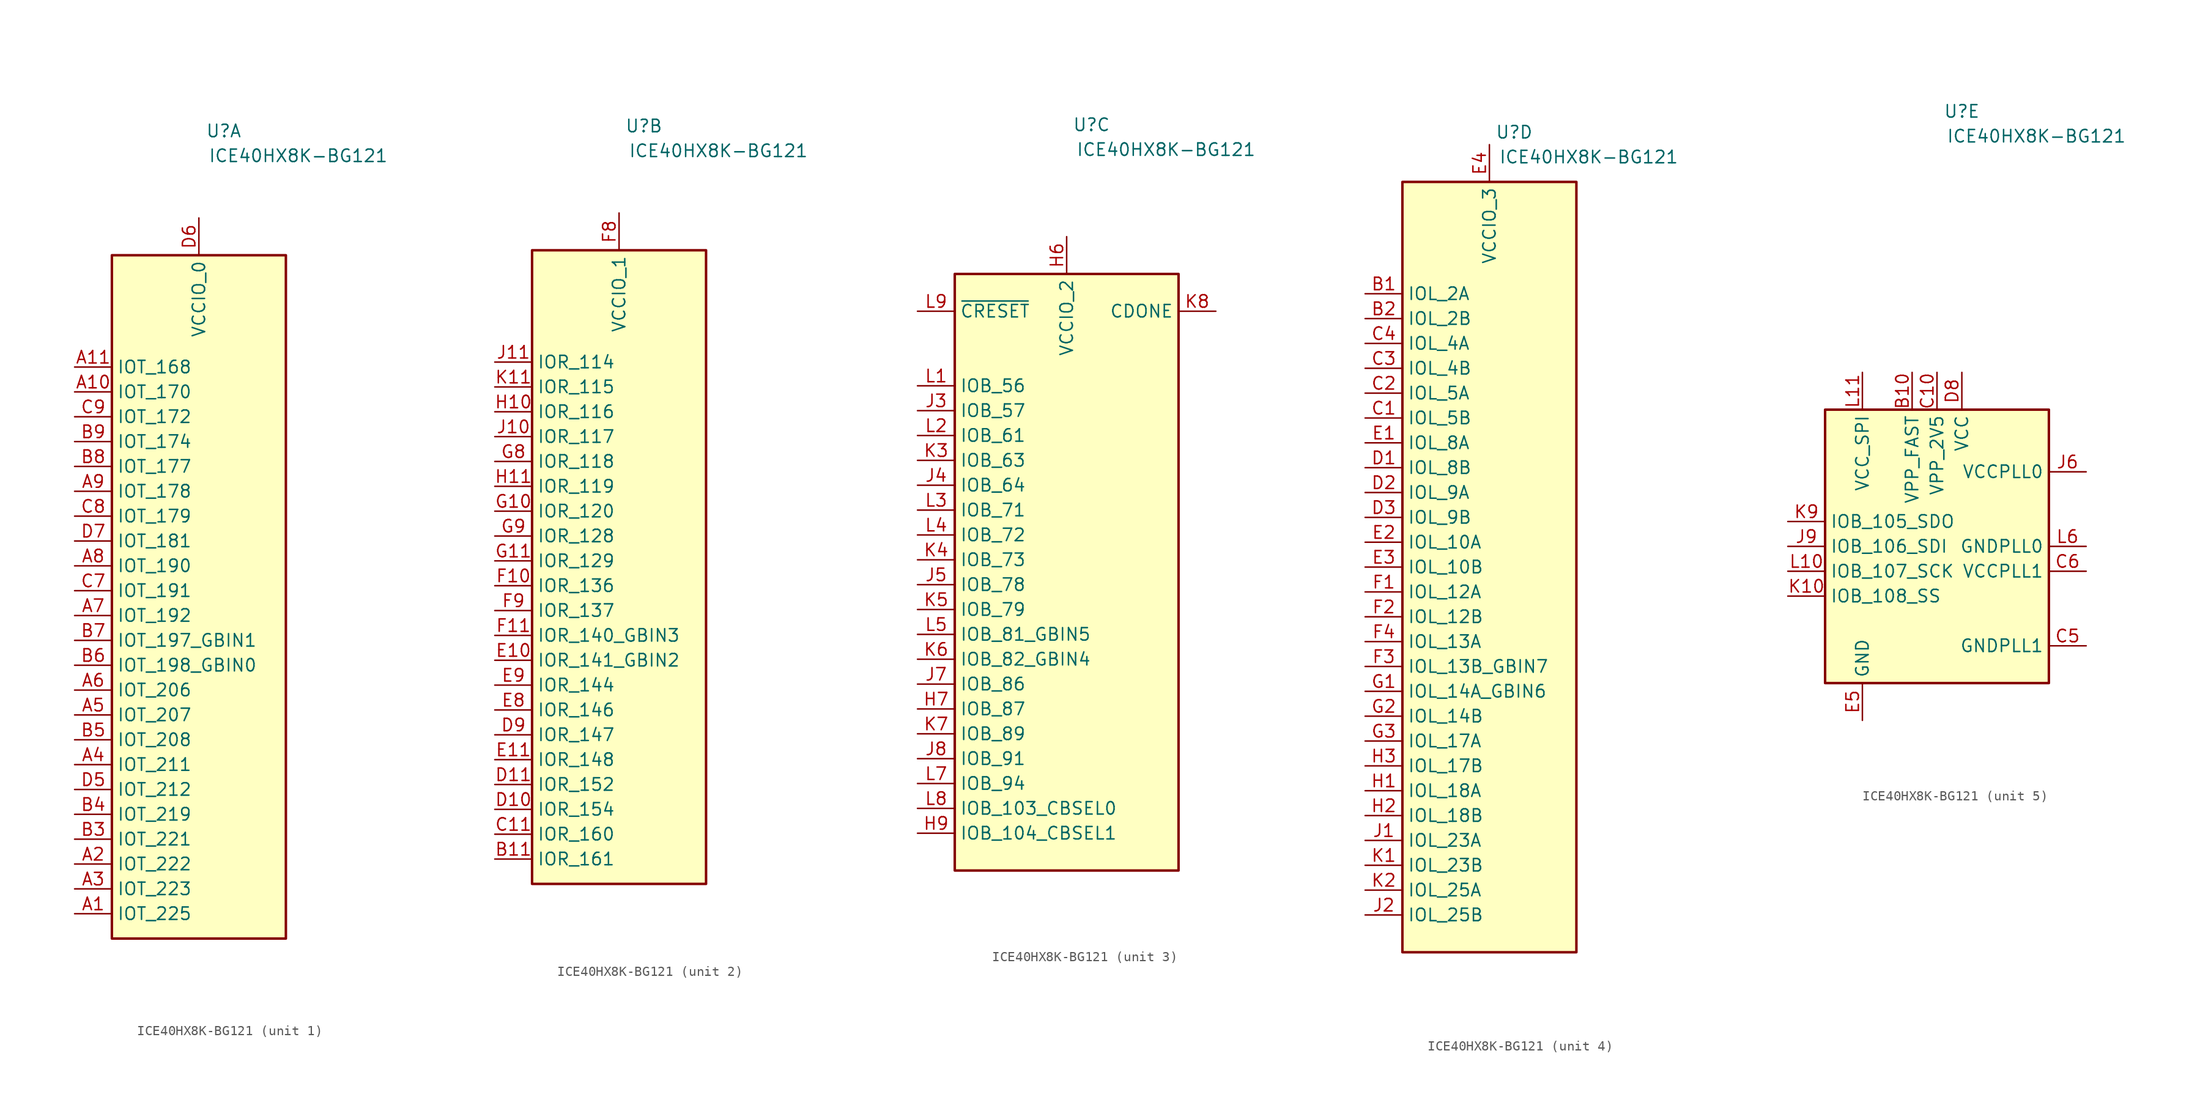
<source format=kicad_sym>
(kicad_symbol_lib
  (version 20211014)
  (generator kicad_symbol_editor)
  (symbol "ICE40HX8K-BG121"
    (property "Reference" "U"
      (at 2.54 44.45 0)
      (effects (font (size 1.27 1.27))))
    (property "Value" "ICE40HX8K-BG121"
      (at 10.16 41.91 0)
      (effects (font (size 1.27 1.27))))
    (property "ki_locked" ""
      (at 0 0 0)
      (effects (font (size 1.27 1.27))))
    (symbol "ICE40HX8K-BG121_1_1"
      (rectangle (start -8.89 31.75) (end 8.89 -38.1) (stroke (width 0.254) (type default) (color 0 0 0 0)) (fill (type background)))
      (pin bidirectional line (at -12.7 -35.56 0) (length 3.81) (name "IOT_225" (effects (font (size 1.27 1.27)))) (number "A1" (effects (font (size 1.27 1.27)))))
      (pin bidirectional line (at -12.7 17.78 0) (length 3.81) (name "IOT_170" (effects (font (size 1.27 1.27)))) (number "A10" (effects (font (size 1.27 1.27)))))
      (pin bidirectional line (at -12.7 20.32 0) (length 3.81) (name "IOT_168" (effects (font (size 1.27 1.27)))) (number "A11" (effects (font (size 1.27 1.27)))))
      (pin bidirectional line (at -12.7 -30.48 0) (length 3.81) (name "IOT_222" (effects (font (size 1.27 1.27)))) (number "A2" (effects (font (size 1.27 1.27)))))
      (pin bidirectional line (at -12.7 -33.02 0) (length 3.81) (name "IOT_223" (effects (font (size 1.27 1.27)))) (number "A3" (effects (font (size 1.27 1.27)))))
      (pin bidirectional line (at -12.7 -20.32 0) (length 3.81) (name "IOT_211" (effects (font (size 1.27 1.27)))) (number "A4" (effects (font (size 1.27 1.27)))))
      (pin bidirectional line (at -12.7 -15.24 0) (length 3.81) (name "IOT_207" (effects (font (size 1.27 1.27)))) (number "A5" (effects (font (size 1.27 1.27)))))
      (pin bidirectional line (at -12.7 -12.7 0) (length 3.81) (name "IOT_206" (effects (font (size 1.27 1.27)))) (number "A6" (effects (font (size 1.27 1.27)))))
      (pin bidirectional line (at -12.7 -5.08 0) (length 3.81) (name "IOT_192" (effects (font (size 1.27 1.27)))) (number "A7" (effects (font (size 1.27 1.27)))))
      (pin bidirectional line (at -12.7 0 0) (length 3.81) (name "IOT_190" (effects (font (size 1.27 1.27)))) (number "A8" (effects (font (size 1.27 1.27)))))
      (pin bidirectional line (at -12.7 7.62 0) (length 3.81) (name "IOT_178" (effects (font (size 1.27 1.27)))) (number "A9" (effects (font (size 1.27 1.27)))))
      (pin bidirectional line (at -12.7 -27.94 0) (length 3.81) (name "IOT_221" (effects (font (size 1.27 1.27)))) (number "B3" (effects (font (size 1.27 1.27)))))
      (pin bidirectional line (at -12.7 -25.4 0) (length 3.81) (name "IOT_219" (effects (font (size 1.27 1.27)))) (number "B4" (effects (font (size 1.27 1.27)))))
      (pin bidirectional line (at -12.7 -17.78 0) (length 3.81) (name "IOT_208" (effects (font (size 1.27 1.27)))) (number "B5" (effects (font (size 1.27 1.27)))))
      (pin bidirectional line (at -12.7 -10.16 0) (length 3.81) (name "IOT_198_GBIN0" (effects (font (size 1.27 1.27)))) (number "B6" (effects (font (size 1.27 1.27)))))
      (pin bidirectional line (at -12.7 -7.62 0) (length 3.81) (name "IOT_197_GBIN1" (effects (font (size 1.27 1.27)))) (number "B7" (effects (font (size 1.27 1.27)))))
      (pin bidirectional line (at -12.7 10.16 0) (length 3.81) (name "IOT_177" (effects (font (size 1.27 1.27)))) (number "B8" (effects (font (size 1.27 1.27)))))
      (pin bidirectional line (at -12.7 12.7 0) (length 3.81) (name "IOT_174" (effects (font (size 1.27 1.27)))) (number "B9" (effects (font (size 1.27 1.27)))))
      (pin bidirectional line (at -12.7 -2.54 0) (length 3.81) (name "IOT_191" (effects (font (size 1.27 1.27)))) (number "C7" (effects (font (size 1.27 1.27)))))
      (pin bidirectional line (at -12.7 5.08 0) (length 3.81) (name "IOT_179" (effects (font (size 1.27 1.27)))) (number "C8" (effects (font (size 1.27 1.27)))))
      (pin bidirectional line (at -12.7 15.24 0) (length 3.81) (name "IOT_172" (effects (font (size 1.27 1.27)))) (number "C9" (effects (font (size 1.27 1.27)))))
      (pin bidirectional line (at -12.7 -22.86 0) (length 3.81) (name "IOT_212" (effects (font (size 1.27 1.27)))) (number "D5" (effects (font (size 1.27 1.27)))))
      (pin power_in line (at 0 35.56 270) (length 3.81) (name "VCCIO_0" (effects (font (size 1.27 1.27)))) (number "D6" (effects (font (size 1.27 1.27)))))
      (pin bidirectional line (at -12.7 2.54 0) (length 3.81) (name "IOT_181" (effects (font (size 1.27 1.27)))) (number "D7" (effects (font (size 1.27 1.27))))))
    (symbol "ICE40HX8K-BG121_2_1"
      (rectangle (start -8.89 31.75) (end 8.89 -33.02) (stroke (width 0.254) (type default) (color 0 0 0 0)) (fill (type background)))
      (pin bidirectional line (at -12.7 -30.48 0) (length 3.81) (name "IOR_161" (effects (font (size 1.27 1.27)))) (number "B11" (effects (font (size 1.27 1.27)))))
      (pin bidirectional line (at -12.7 -27.94 0) (length 3.81) (name "IOR_160" (effects (font (size 1.27 1.27)))) (number "C11" (effects (font (size 1.27 1.27)))))
      (pin bidirectional line (at -12.7 -25.4 0) (length 3.81) (name "IOR_154" (effects (font (size 1.27 1.27)))) (number "D10" (effects (font (size 1.27 1.27)))))
      (pin bidirectional line (at -12.7 -22.86 0) (length 3.81) (name "IOR_152" (effects (font (size 1.27 1.27)))) (number "D11" (effects (font (size 1.27 1.27)))))
      (pin bidirectional line (at -12.7 -17.78 0) (length 3.81) (name "IOR_147" (effects (font (size 1.27 1.27)))) (number "D9" (effects (font (size 1.27 1.27)))))
      (pin bidirectional line (at -12.7 -10.16 0) (length 3.81) (name "IOR_141_GBIN2" (effects (font (size 1.27 1.27)))) (number "E10" (effects (font (size 1.27 1.27)))))
      (pin bidirectional line (at -12.7 -20.32 0) (length 3.81) (name "IOR_148" (effects (font (size 1.27 1.27)))) (number "E11" (effects (font (size 1.27 1.27)))))
      (pin bidirectional line (at -12.7 -15.24 0) (length 3.81) (name "IOR_146" (effects (font (size 1.27 1.27)))) (number "E8" (effects (font (size 1.27 1.27)))))
      (pin bidirectional line (at -12.7 -12.7 0) (length 3.81) (name "IOR_144" (effects (font (size 1.27 1.27)))) (number "E9" (effects (font (size 1.27 1.27)))))
      (pin bidirectional line (at -12.7 -2.54 0) (length 3.81) (name "IOR_136" (effects (font (size 1.27 1.27)))) (number "F10" (effects (font (size 1.27 1.27)))))
      (pin bidirectional line (at -12.7 -7.62 0) (length 3.81) (name "IOR_140_GBIN3" (effects (font (size 1.27 1.27)))) (number "F11" (effects (font (size 1.27 1.27)))))
      (pin power_in line (at 0 35.56 270) (length 3.81) (name "VCCIO_1" (effects (font (size 1.27 1.27)))) (number "F8" (effects (font (size 1.27 1.27)))))
      (pin bidirectional line (at -12.7 -5.08 0) (length 3.81) (name "IOR_137" (effects (font (size 1.27 1.27)))) (number "F9" (effects (font (size 1.27 1.27)))))
      (pin bidirectional line (at -12.7 5.08 0) (length 3.81) (name "IOR_120" (effects (font (size 1.27 1.27)))) (number "G10" (effects (font (size 1.27 1.27)))))
      (pin bidirectional line (at -12.7 0 0) (length 3.81) (name "IOR_129" (effects (font (size 1.27 1.27)))) (number "G11" (effects (font (size 1.27 1.27)))))
      (pin bidirectional line (at -12.7 10.16 0) (length 3.81) (name "IOR_118" (effects (font (size 1.27 1.27)))) (number "G8" (effects (font (size 1.27 1.27)))))
      (pin bidirectional line (at -12.7 2.54 0) (length 3.81) (name "IOR_128" (effects (font (size 1.27 1.27)))) (number "G9" (effects (font (size 1.27 1.27)))))
      (pin bidirectional line (at -12.7 15.24 0) (length 3.81) (name "IOR_116" (effects (font (size 1.27 1.27)))) (number "H10" (effects (font (size 1.27 1.27)))))
      (pin bidirectional line (at -12.7 7.62 0) (length 3.81) (name "IOR_119" (effects (font (size 1.27 1.27)))) (number "H11" (effects (font (size 1.27 1.27)))))
      (pin bidirectional line (at -12.7 12.7 0) (length 3.81) (name "IOR_117" (effects (font (size 1.27 1.27)))) (number "J10" (effects (font (size 1.27 1.27)))))
      (pin bidirectional line (at -12.7 20.32 0) (length 3.81) (name "IOR_114" (effects (font (size 1.27 1.27)))) (number "J11" (effects (font (size 1.27 1.27)))))
      (pin bidirectional line (at -12.7 17.78 0) (length 3.81) (name "IOR_115" (effects (font (size 1.27 1.27)))) (number "K11" (effects (font (size 1.27 1.27))))))
    (symbol "ICE40HX8K-BG121_3_1"
      (rectangle (start -11.43 29.21) (end 11.43 -31.75) (stroke (width 0.254) (type default) (color 0 0 0 0)) (fill (type background)))
      (pin power_in line (at 0 33.02 270) (length 3.81) (name "VCCIO_2" (effects (font (size 1.27 1.27)))) (number "H6" (effects (font (size 1.27 1.27)))))
      (pin bidirectional line (at -15.24 -15.24 0) (length 3.81) (name "IOB_87" (effects (font (size 1.27 1.27)))) (number "H7" (effects (font (size 1.27 1.27)))))
      (pin bidirectional line (at -15.24 -27.94 0) (length 3.81) (name "IOB_104_CBSEL1" (effects (font (size 1.27 1.27)))) (number "H9" (effects (font (size 1.27 1.27)))))
      (pin bidirectional line (at -15.24 15.24 0) (length 3.81) (name "IOB_57" (effects (font (size 1.27 1.27)))) (number "J3" (effects (font (size 1.27 1.27)))))
      (pin bidirectional line (at -15.24 7.62 0) (length 3.81) (name "IOB_64" (effects (font (size 1.27 1.27)))) (number "J4" (effects (font (size 1.27 1.27)))))
      (pin bidirectional line (at -15.24 -2.54 0) (length 3.81) (name "IOB_78" (effects (font (size 1.27 1.27)))) (number "J5" (effects (font (size 1.27 1.27)))))
      (pin bidirectional line (at -15.24 -12.7 0) (length 3.81) (name "IOB_86" (effects (font (size 1.27 1.27)))) (number "J7" (effects (font (size 1.27 1.27)))))
      (pin bidirectional line (at -15.24 -20.32 0) (length 3.81) (name "IOB_91" (effects (font (size 1.27 1.27)))) (number "J8" (effects (font (size 1.27 1.27)))))
      (pin bidirectional line (at -15.24 10.16 0) (length 3.81) (name "IOB_63" (effects (font (size 1.27 1.27)))) (number "K3" (effects (font (size 1.27 1.27)))))
      (pin bidirectional line (at -15.24 0 0) (length 3.81) (name "IOB_73" (effects (font (size 1.27 1.27)))) (number "K4" (effects (font (size 1.27 1.27)))))
      (pin bidirectional line (at -15.24 -5.08 0) (length 3.81) (name "IOB_79" (effects (font (size 1.27 1.27)))) (number "K5" (effects (font (size 1.27 1.27)))))
      (pin bidirectional line (at -15.24 -10.16 0) (length 3.81) (name "IOB_82_GBIN4" (effects (font (size 1.27 1.27)))) (number "K6" (effects (font (size 1.27 1.27)))))
      (pin bidirectional line (at -15.24 -17.78 0) (length 3.81) (name "IOB_89" (effects (font (size 1.27 1.27)))) (number "K7" (effects (font (size 1.27 1.27)))))
      (pin open_collector line (at 15.24 25.4 180) (length 3.81) (name "CDONE" (effects (font (size 1.27 1.27)))) (number "K8" (effects (font (size 1.27 1.27)))))
      (pin bidirectional line (at -15.24 17.78 0) (length 3.81) (name "IOB_56" (effects (font (size 1.27 1.27)))) (number "L1" (effects (font (size 1.27 1.27)))))
      (pin bidirectional line (at -15.24 12.7 0) (length 3.81) (name "IOB_61" (effects (font (size 1.27 1.27)))) (number "L2" (effects (font (size 1.27 1.27)))))
      (pin bidirectional line (at -15.24 5.08 0) (length 3.81) (name "IOB_71" (effects (font (size 1.27 1.27)))) (number "L3" (effects (font (size 1.27 1.27)))))
      (pin bidirectional line (at -15.24 2.54 0) (length 3.81) (name "IOB_72" (effects (font (size 1.27 1.27)))) (number "L4" (effects (font (size 1.27 1.27)))))
      (pin bidirectional line (at -15.24 -7.62 0) (length 3.81) (name "IOB_81_GBIN5" (effects (font (size 1.27 1.27)))) (number "L5" (effects (font (size 1.27 1.27)))))
      (pin bidirectional line (at -15.24 -22.86 0) (length 3.81) (name "IOB_94" (effects (font (size 1.27 1.27)))) (number "L7" (effects (font (size 1.27 1.27)))))
      (pin bidirectional line (at -15.24 -25.4 0) (length 3.81) (name "IOB_103_CBSEL0" (effects (font (size 1.27 1.27)))) (number "L8" (effects (font (size 1.27 1.27)))))
      (pin input line (at -15.24 25.4 0) (length 3.81) (name "~{CRESET}" (effects (font (size 1.27 1.27)))) (number "L9" (effects (font (size 1.27 1.27))))))
    (symbol "ICE40HX8K-BG121_4_1"
      (rectangle (start -8.89 39.37) (end 8.89 -39.37) (stroke (width 0.254) (type default) (color 0 0 0 0)) (fill (type background)))
      (pin bidirectional line (at -12.7 27.94 0) (length 3.81) (name "IOL_2A" (effects (font (size 1.27 1.27)))) (number "B1" (effects (font (size 1.27 1.27)))))
      (pin bidirectional line (at -12.7 25.4 0) (length 3.81) (name "IOL_2B" (effects (font (size 1.27 1.27)))) (number "B2" (effects (font (size 1.27 1.27)))))
      (pin bidirectional line (at -12.7 15.24 0) (length 3.81) (name "IOL_5B" (effects (font (size 1.27 1.27)))) (number "C1" (effects (font (size 1.27 1.27)))))
      (pin bidirectional line (at -12.7 17.78 0) (length 3.81) (name "IOL_5A" (effects (font (size 1.27 1.27)))) (number "C2" (effects (font (size 1.27 1.27)))))
      (pin bidirectional line (at -12.7 20.32 0) (length 3.81) (name "IOL_4B" (effects (font (size 1.27 1.27)))) (number "C3" (effects (font (size 1.27 1.27)))))
      (pin bidirectional line (at -12.7 22.86 0) (length 3.81) (name "IOL_4A" (effects (font (size 1.27 1.27)))) (number "C4" (effects (font (size 1.27 1.27)))))
      (pin bidirectional line (at -12.7 10.16 0) (length 3.81) (name "IOL_8B" (effects (font (size 1.27 1.27)))) (number "D1" (effects (font (size 1.27 1.27)))))
      (pin bidirectional line (at -12.7 7.62 0) (length 3.81) (name "IOL_9A" (effects (font (size 1.27 1.27)))) (number "D2" (effects (font (size 1.27 1.27)))))
      (pin bidirectional line (at -12.7 5.08 0) (length 3.81) (name "IOL_9B" (effects (font (size 1.27 1.27)))) (number "D3" (effects (font (size 1.27 1.27)))))
      (pin bidirectional line (at -12.7 12.7 0) (length 3.81) (name "IOL_8A" (effects (font (size 1.27 1.27)))) (number "E1" (effects (font (size 1.27 1.27)))))
      (pin bidirectional line (at -12.7 2.54 0) (length 3.81) (name "IOL_10A" (effects (font (size 1.27 1.27)))) (number "E2" (effects (font (size 1.27 1.27)))))
      (pin bidirectional line (at -12.7 0 0) (length 3.81) (name "IOL_10B" (effects (font (size 1.27 1.27)))) (number "E3" (effects (font (size 1.27 1.27)))))
      (pin power_in line (at 0 43.18 270) (length 3.81) (name "VCCIO_3" (effects (font (size 1.27 1.27)))) (number "E4" (effects (font (size 1.27 1.27)))))
      (pin bidirectional line (at -12.7 -2.54 0) (length 3.81) (name "IOL_12A" (effects (font (size 1.27 1.27)))) (number "F1" (effects (font (size 1.27 1.27)))))
      (pin bidirectional line (at -12.7 -5.08 0) (length 3.81) (name "IOL_12B" (effects (font (size 1.27 1.27)))) (number "F2" (effects (font (size 1.27 1.27)))))
      (pin bidirectional line (at -12.7 -10.16 0) (length 3.81) (name "IOL_13B_GBIN7" (effects (font (size 1.27 1.27)))) (number "F3" (effects (font (size 1.27 1.27)))))
      (pin bidirectional line (at -12.7 -7.62 0) (length 3.81) (name "IOL_13A" (effects (font (size 1.27 1.27)))) (number "F4" (effects (font (size 1.27 1.27)))))
      (pin bidirectional line (at -12.7 -12.7 0) (length 3.81) (name "IOL_14A_GBIN6" (effects (font (size 1.27 1.27)))) (number "G1" (effects (font (size 1.27 1.27)))))
      (pin bidirectional line (at -12.7 -15.24 0) (length 3.81) (name "IOL_14B" (effects (font (size 1.27 1.27)))) (number "G2" (effects (font (size 1.27 1.27)))))
      (pin bidirectional line (at -12.7 -17.78 0) (length 3.81) (name "IOL_17A" (effects (font (size 1.27 1.27)))) (number "G3" (effects (font (size 1.27 1.27)))))
      (pin passive line (at 0 43.18 270) (length 3.81) hide (name "VCCIO_3" (effects (font (size 1.27 1.27)))) (number "G4" (effects (font (size 1.27 1.27)))))
      (pin bidirectional line (at -12.7 -22.86 0) (length 3.81) (name "IOL_18A" (effects (font (size 1.27 1.27)))) (number "H1" (effects (font (size 1.27 1.27)))))
      (pin bidirectional line (at -12.7 -25.4 0) (length 3.81) (name "IOL_18B" (effects (font (size 1.27 1.27)))) (number "H2" (effects (font (size 1.27 1.27)))))
      (pin bidirectional line (at -12.7 -20.32 0) (length 3.81) (name "IOL_17B" (effects (font (size 1.27 1.27)))) (number "H3" (effects (font (size 1.27 1.27)))))
      (pin bidirectional line (at -12.7 -27.94 0) (length 3.81) (name "IOL_23A" (effects (font (size 1.27 1.27)))) (number "J1" (effects (font (size 1.27 1.27)))))
      (pin bidirectional line (at -12.7 -35.56 0) (length 3.81) (name "IOL_25B" (effects (font (size 1.27 1.27)))) (number "J2" (effects (font (size 1.27 1.27)))))
      (pin bidirectional line (at -12.7 -30.48 0) (length 3.81) (name "IOL_23B" (effects (font (size 1.27 1.27)))) (number "K1" (effects (font (size 1.27 1.27)))))
      (pin bidirectional line (at -12.7 -33.02 0) (length 3.81) (name "IOL_25A" (effects (font (size 1.27 1.27)))) (number "K2" (effects (font (size 1.27 1.27))))))
    (symbol "ICE40HX8K-BG121_5_1"
      (rectangle (start -11.43 13.97) (end 11.43 -13.97) (stroke (width 0.254) (type default) (color 0 0 0 0)) (fill (type background)))
      (pin power_in line (at -2.54 17.78 270) (length 3.81) (name "VPP_FAST" (effects (font (size 1.27 1.27)))) (number "B10" (effects (font (size 1.27 1.27)))))
      (pin power_in line (at 0 17.78 270) (length 3.81) (name "VPP_2V5" (effects (font (size 1.27 1.27)))) (number "C10" (effects (font (size 1.27 1.27)))))
      (pin power_in line (at 15.24 -10.16 180) (length 3.81) (name "GNDPLL1" (effects (font (size 1.27 1.27)))) (number "C5" (effects (font (size 1.27 1.27)))))
      (pin power_in line (at 15.24 -2.54 180) (length 3.81) (name "VCCPLL1" (effects (font (size 1.27 1.27)))) (number "C6" (effects (font (size 1.27 1.27)))))
      (pin passive line (at 2.54 17.78 270) (length 3.81) hide (name "VCC" (effects (font (size 1.27 1.27)))) (number "D4" (effects (font (size 1.27 1.27)))))
      (pin power_in line (at 2.54 17.78 270) (length 3.81) (name "VCC" (effects (font (size 1.27 1.27)))) (number "D8" (effects (font (size 1.27 1.27)))))
      (pin power_in line (at -7.62 -17.78 90) (length 3.81) (name "GND" (effects (font (size 1.27 1.27)))) (number "E5" (effects (font (size 1.27 1.27)))))
      (pin passive line (at -7.62 -17.78 90) (length 3.81) hide (name "GND" (effects (font (size 1.27 1.27)))) (number "E6" (effects (font (size 1.27 1.27)))))
      (pin passive line (at -7.62 -17.78 90) (length 3.81) hide (name "GND" (effects (font (size 1.27 1.27)))) (number "E7" (effects (font (size 1.27 1.27)))))
      (pin passive line (at -7.62 -17.78 90) (length 3.81) hide (name "GND" (effects (font (size 1.27 1.27)))) (number "F5" (effects (font (size 1.27 1.27)))))
      (pin passive line (at -7.62 -17.78 90) (length 3.81) hide (name "GND" (effects (font (size 1.27 1.27)))) (number "F6" (effects (font (size 1.27 1.27)))))
      (pin passive line (at -7.62 -17.78 90) (length 3.81) hide (name "GND" (effects (font (size 1.27 1.27)))) (number "F7" (effects (font (size 1.27 1.27)))))
      (pin passive line (at -7.62 -17.78 90) (length 3.81) hide (name "GND" (effects (font (size 1.27 1.27)))) (number "G5" (effects (font (size 1.27 1.27)))))
      (pin passive line (at -7.62 -17.78 90) (length 3.81) hide (name "GND" (effects (font (size 1.27 1.27)))) (number "G6" (effects (font (size 1.27 1.27)))))
      (pin passive line (at -7.62 -17.78 90) (length 3.81) hide (name "GND" (effects (font (size 1.27 1.27)))) (number "G7" (effects (font (size 1.27 1.27)))))
      (pin passive line (at 2.54 17.78 270) (length 3.81) hide (name "VCC" (effects (font (size 1.27 1.27)))) (number "H4" (effects (font (size 1.27 1.27)))))
      (pin passive line (at -7.62 -17.78 90) (length 3.81) hide (name "GND" (effects (font (size 1.27 1.27)))) (number "H5" (effects (font (size 1.27 1.27)))))
      (pin passive line (at 2.54 17.78 270) (length 3.81) hide (name "VCC" (effects (font (size 1.27 1.27)))) (number "H8" (effects (font (size 1.27 1.27)))))
      (pin power_in line (at 15.24 7.62 180) (length 3.81) (name "VCCPLL0" (effects (font (size 1.27 1.27)))) (number "J6" (effects (font (size 1.27 1.27)))))
      (pin bidirectional line (at -15.24 0 0) (length 3.81) (name "IOB_106_SDI" (effects (font (size 1.27 1.27)))) (number "J9" (effects (font (size 1.27 1.27)))))
      (pin bidirectional line (at -15.24 -5.08 0) (length 3.81) (name "IOB_108_SS" (effects (font (size 1.27 1.27)))) (number "K10" (effects (font (size 1.27 1.27)))))
      (pin bidirectional line (at -15.24 2.54 0) (length 3.81) (name "IOB_105_SDO" (effects (font (size 1.27 1.27)))) (number "K9" (effects (font (size 1.27 1.27)))))
      (pin bidirectional line (at -15.24 -2.54 0) (length 3.81) (name "IOB_107_SCK" (effects (font (size 1.27 1.27)))) (number "L10" (effects (font (size 1.27 1.27)))))
      (pin power_in line (at -7.62 17.78 270) (length 3.81) (name "VCC_SPI" (effects (font (size 1.27 1.27)))) (number "L11" (effects (font (size 1.27 1.27)))))
      (pin power_in line (at 15.24 0 180) (length 3.81) (name "GNDPLL0" (effects (font (size 1.27 1.27)))) (number "L6" (effects (font (size 1.27 1.27))))))))
</source>
